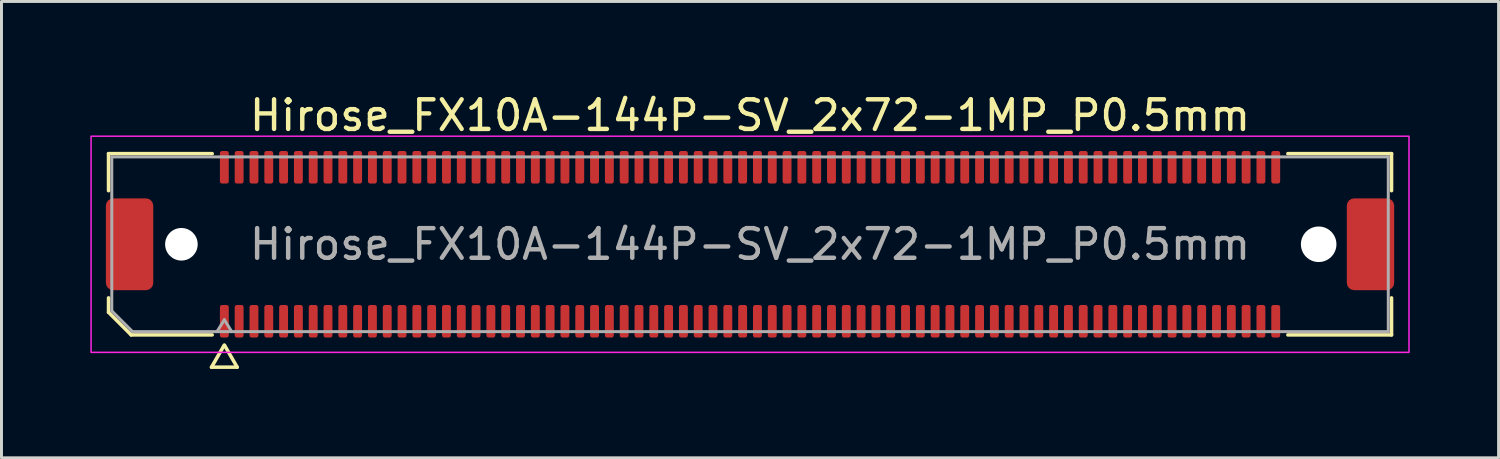
<source format=kicad_pcb>
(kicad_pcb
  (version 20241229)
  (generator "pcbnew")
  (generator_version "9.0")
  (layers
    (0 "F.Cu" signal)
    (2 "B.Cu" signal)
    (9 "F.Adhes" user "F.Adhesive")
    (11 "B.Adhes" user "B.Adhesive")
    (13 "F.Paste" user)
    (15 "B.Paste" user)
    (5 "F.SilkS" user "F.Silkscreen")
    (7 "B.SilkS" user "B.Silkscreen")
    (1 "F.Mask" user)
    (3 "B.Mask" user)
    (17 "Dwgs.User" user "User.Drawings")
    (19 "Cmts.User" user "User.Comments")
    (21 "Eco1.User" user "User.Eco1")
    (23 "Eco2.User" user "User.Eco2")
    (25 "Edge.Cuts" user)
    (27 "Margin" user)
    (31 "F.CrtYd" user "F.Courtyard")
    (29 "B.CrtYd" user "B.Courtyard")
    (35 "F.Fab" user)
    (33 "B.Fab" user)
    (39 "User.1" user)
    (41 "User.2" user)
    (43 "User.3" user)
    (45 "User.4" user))
  (footprint "Hirose_FX10A-144P-SV_2x72-1MP_P0.5mm"
    (layer "F.Cu")
    (at 22.275 5.198)
    (property "Reference" "Hirose_FX10A-144P-SV_2x72-1MP_P0.5mm" (at 0 -4.35 0) (layer "F.SilkS") (effects (font (size 1 1) (thickness 0.15))))
    (attr smd)
    (fp_line (start -21.66 -3.06) (end -18.16 -3.06) (stroke (width 0.12) (type solid)) (layer "F.SilkS"))
    (fp_line (start -21.66 -1.81) (end -21.66 -3.06) (stroke (width 0.12) (type solid)) (layer "F.SilkS"))
    (fp_line (start -21.66 2.296) (end -21.66 1.81) (stroke (width 0.12) (type solid)) (layer "F.SilkS"))
    (fp_line (start -20.896 3.06) (end -21.66 2.296) (stroke (width 0.12) (type solid)) (layer "F.SilkS"))
    (fp_line (start -18.183 4.15) (end -17.756 3.41) (stroke (width 0.12) (type solid)) (layer "F.SilkS"))
    (fp_line (start -18.16 3.06) (end -20.896 3.06) (stroke (width 0.12) (type solid)) (layer "F.SilkS"))
    (fp_line (start -17.744 3.41) (end -17.317 4.15) (stroke (width 0.12) (type solid)) (layer "F.SilkS"))
    (fp_line (start -17.317 4.15) (end -18.183 4.15) (stroke (width 0.12) (type solid)) (layer "F.SilkS"))
    (fp_line (start 18.16 -3.06) (end 21.66 -3.06) (stroke (width 0.12) (type solid)) (layer "F.SilkS"))
    (fp_line (start 21.66 -3.06) (end 21.66 -1.81) (stroke (width 0.12) (type solid)) (layer "F.SilkS"))
    (fp_line (start 21.66 1.81) (end 21.66 3.06) (stroke (width 0.12) (type solid)) (layer "F.SilkS"))
    (fp_line (start 21.66 3.06) (end 18.16 3.06) (stroke (width 0.12) (type solid)) (layer "F.SilkS"))
    (fp_rect (start -22.25 -3.65) (end 22.25 3.65) (stroke (width 0.05) (type solid)) (fill no) (layer "F.CrtYd"))
    (fp_line (start -21.55 -2.95) (end 21.55 -2.95) (stroke (width 0.1) (type solid)) (layer "F.Fab"))
    (fp_line (start -21.55 2.25) (end -21.55 -2.95) (stroke (width 0.1) (type solid)) (layer "F.Fab"))
    (fp_line (start -20.85 2.95) (end -21.55 2.25) (stroke (width 0.1) (type solid)) (layer "F.Fab"))
    (fp_line (start -18 2.95) (end -17.75 2.55) (stroke (width 0.1) (type solid)) (layer "F.Fab"))
    (fp_line (start -17.75 2.55) (end -17.5 2.95) (stroke (width 0.1) (type solid)) (layer "F.Fab"))
    (fp_line (start 21.55 -2.95) (end 21.55 2.95) (stroke (width 0.1) (type solid)) (layer "F.Fab"))
    (fp_line (start 21.55 2.95) (end -20.85 2.95) (stroke (width 0.1) (type solid)) (layer "F.Fab"))
    (fp_text user "${REFERENCE}" (at 0 0 0) (layer "F.Fab") (effects (font (size 1 1) (thickness 0.15))))
    (pad "" np_thru_hole circle (at -19.2 0) (size 1.1 1.1) (drill 1.1) (layers "*.Cu" "*.Mask"))
    (pad "" np_thru_hole circle (at 19.2 0) (size 1.2 1.2) (drill 1.2) (layers "*.Cu" "*.Mask"))
    (pad "1" smd roundrect (at -17.75 2.6) (size 0.3 1.1) (layers "F.Cu" "F.Mask" "F.Paste") (roundrect_rratio 0.25))
    (pad "2" smd roundrect (at -17.75 -2.6) (size 0.3 1.1) (layers "F.Cu" "F.Mask" "F.Paste") (roundrect_rratio 0.25))
    (pad "3" smd roundrect (at -17.25 2.6) (size 0.3 1.1) (layers "F.Cu" "F.Mask" "F.Paste") (roundrect_rratio 0.25))
    (pad "4" smd roundrect (at -17.25 -2.6) (size 0.3 1.1) (layers "F.Cu" "F.Mask" "F.Paste") (roundrect_rratio 0.25))
    (pad "5" smd roundrect (at -16.75 2.6) (size 0.3 1.1) (layers "F.Cu" "F.Mask" "F.Paste") (roundrect_rratio 0.25))
    (pad "6" smd roundrect (at -16.75 -2.6) (size 0.3 1.1) (layers "F.Cu" "F.Mask" "F.Paste") (roundrect_rratio 0.25))
    (pad "7" smd roundrect (at -16.25 2.6) (size 0.3 1.1) (layers "F.Cu" "F.Mask" "F.Paste") (roundrect_rratio 0.25))
    (pad "8" smd roundrect (at -16.25 -2.6) (size 0.3 1.1) (layers "F.Cu" "F.Mask" "F.Paste") (roundrect_rratio 0.25))
    (pad "9" smd roundrect (at -15.75 2.6) (size 0.3 1.1) (layers "F.Cu" "F.Mask" "F.Paste") (roundrect_rratio 0.25))
    (pad "10" smd roundrect (at -15.75 -2.6) (size 0.3 1.1) (layers "F.Cu" "F.Mask" "F.Paste") (roundrect_rratio 0.25))
    (pad "11" smd roundrect (at -15.25 2.6) (size 0.3 1.1) (layers "F.Cu" "F.Mask" "F.Paste") (roundrect_rratio 0.25))
    (pad "12" smd roundrect (at -15.25 -2.6) (size 0.3 1.1) (layers "F.Cu" "F.Mask" "F.Paste") (roundrect_rratio 0.25))
    (pad "13" smd roundrect (at -14.75 2.6) (size 0.3 1.1) (layers "F.Cu" "F.Mask" "F.Paste") (roundrect_rratio 0.25))
    (pad "14" smd roundrect (at -14.75 -2.6) (size 0.3 1.1) (layers "F.Cu" "F.Mask" "F.Paste") (roundrect_rratio 0.25))
    (pad "15" smd roundrect (at -14.25 2.6) (size 0.3 1.1) (layers "F.Cu" "F.Mask" "F.Paste") (roundrect_rratio 0.25))
    (pad "16" smd roundrect (at -14.25 -2.6) (size 0.3 1.1) (layers "F.Cu" "F.Mask" "F.Paste") (roundrect_rratio 0.25))
    (pad "17" smd roundrect (at -13.75 2.6) (size 0.3 1.1) (layers "F.Cu" "F.Mask" "F.Paste") (roundrect_rratio 0.25))
    (pad "18" smd roundrect (at -13.75 -2.6) (size 0.3 1.1) (layers "F.Cu" "F.Mask" "F.Paste") (roundrect_rratio 0.25))
    (pad "19" smd roundrect (at -13.25 2.6) (size 0.3 1.1) (layers "F.Cu" "F.Mask" "F.Paste") (roundrect_rratio 0.25))
    (pad "20" smd roundrect (at -13.25 -2.6) (size 0.3 1.1) (layers "F.Cu" "F.Mask" "F.Paste") (roundrect_rratio 0.25))
    (pad "21" smd roundrect (at -12.75 2.6) (size 0.3 1.1) (layers "F.Cu" "F.Mask" "F.Paste") (roundrect_rratio 0.25))
    (pad "22" smd roundrect (at -12.75 -2.6) (size 0.3 1.1) (layers "F.Cu" "F.Mask" "F.Paste") (roundrect_rratio 0.25))
    (pad "23" smd roundrect (at -12.25 2.6) (size 0.3 1.1) (layers "F.Cu" "F.Mask" "F.Paste") (roundrect_rratio 0.25))
    (pad "24" smd roundrect (at -12.25 -2.6) (size 0.3 1.1) (layers "F.Cu" "F.Mask" "F.Paste") (roundrect_rratio 0.25))
    (pad "25" smd roundrect (at -11.75 2.6) (size 0.3 1.1) (layers "F.Cu" "F.Mask" "F.Paste") (roundrect_rratio 0.25))
    (pad "26" smd roundrect (at -11.75 -2.6) (size 0.3 1.1) (layers "F.Cu" "F.Mask" "F.Paste") (roundrect_rratio 0.25))
    (pad "27" smd roundrect (at -11.25 2.6) (size 0.3 1.1) (layers "F.Cu" "F.Mask" "F.Paste") (roundrect_rratio 0.25))
    (pad "28" smd roundrect (at -11.25 -2.6) (size 0.3 1.1) (layers "F.Cu" "F.Mask" "F.Paste") (roundrect_rratio 0.25))
    (pad "29" smd roundrect (at -10.75 2.6) (size 0.3 1.1) (layers "F.Cu" "F.Mask" "F.Paste") (roundrect_rratio 0.25))
    (pad "30" smd roundrect (at -10.75 -2.6) (size 0.3 1.1) (layers "F.Cu" "F.Mask" "F.Paste") (roundrect_rratio 0.25))
    (pad "31" smd roundrect (at -10.25 2.6) (size 0.3 1.1) (layers "F.Cu" "F.Mask" "F.Paste") (roundrect_rratio 0.25))
    (pad "32" smd roundrect (at -10.25 -2.6) (size 0.3 1.1) (layers "F.Cu" "F.Mask" "F.Paste") (roundrect_rratio 0.25))
    (pad "33" smd roundrect (at -9.75 2.6) (size 0.3 1.1) (layers "F.Cu" "F.Mask" "F.Paste") (roundrect_rratio 0.25))
    (pad "34" smd roundrect (at -9.75 -2.6) (size 0.3 1.1) (layers "F.Cu" "F.Mask" "F.Paste") (roundrect_rratio 0.25))
    (pad "35" smd roundrect (at -9.25 2.6) (size 0.3 1.1) (layers "F.Cu" "F.Mask" "F.Paste") (roundrect_rratio 0.25))
    (pad "36" smd roundrect (at -9.25 -2.6) (size 0.3 1.1) (layers "F.Cu" "F.Mask" "F.Paste") (roundrect_rratio 0.25))
    (pad "37" smd roundrect (at -8.75 2.6) (size 0.3 1.1) (layers "F.Cu" "F.Mask" "F.Paste") (roundrect_rratio 0.25))
    (pad "38" smd roundrect (at -8.75 -2.6) (size 0.3 1.1) (layers "F.Cu" "F.Mask" "F.Paste") (roundrect_rratio 0.25))
    (pad "39" smd roundrect (at -8.25 2.6) (size 0.3 1.1) (layers "F.Cu" "F.Mask" "F.Paste") (roundrect_rratio 0.25))
    (pad "40" smd roundrect (at -8.25 -2.6) (size 0.3 1.1) (layers "F.Cu" "F.Mask" "F.Paste") (roundrect_rratio 0.25))
    (pad "41" smd roundrect (at -7.75 2.6) (size 0.3 1.1) (layers "F.Cu" "F.Mask" "F.Paste") (roundrect_rratio 0.25))
    (pad "42" smd roundrect (at -7.75 -2.6) (size 0.3 1.1) (layers "F.Cu" "F.Mask" "F.Paste") (roundrect_rratio 0.25))
    (pad "43" smd roundrect (at -7.25 2.6) (size 0.3 1.1) (layers "F.Cu" "F.Mask" "F.Paste") (roundrect_rratio 0.25))
    (pad "44" smd roundrect (at -7.25 -2.6) (size 0.3 1.1) (layers "F.Cu" "F.Mask" "F.Paste") (roundrect_rratio 0.25))
    (pad "45" smd roundrect (at -6.75 2.6) (size 0.3 1.1) (layers "F.Cu" "F.Mask" "F.Paste") (roundrect_rratio 0.25))
    (pad "46" smd roundrect (at -6.75 -2.6) (size 0.3 1.1) (layers "F.Cu" "F.Mask" "F.Paste") (roundrect_rratio 0.25))
    (pad "47" smd roundrect (at -6.25 2.6) (size 0.3 1.1) (layers "F.Cu" "F.Mask" "F.Paste") (roundrect_rratio 0.25))
    (pad "48" smd roundrect (at -6.25 -2.6) (size 0.3 1.1) (layers "F.Cu" "F.Mask" "F.Paste") (roundrect_rratio 0.25))
    (pad "49" smd roundrect (at -5.75 2.6) (size 0.3 1.1) (layers "F.Cu" "F.Mask" "F.Paste") (roundrect_rratio 0.25))
    (pad "50" smd roundrect (at -5.75 -2.6) (size 0.3 1.1) (layers "F.Cu" "F.Mask" "F.Paste") (roundrect_rratio 0.25))
    (pad "51" smd roundrect (at -5.25 2.6) (size 0.3 1.1) (layers "F.Cu" "F.Mask" "F.Paste") (roundrect_rratio 0.25))
    (pad "52" smd roundrect (at -5.25 -2.6) (size 0.3 1.1) (layers "F.Cu" "F.Mask" "F.Paste") (roundrect_rratio 0.25))
    (pad "53" smd roundrect (at -4.75 2.6) (size 0.3 1.1) (layers "F.Cu" "F.Mask" "F.Paste") (roundrect_rratio 0.25))
    (pad "54" smd roundrect (at -4.75 -2.6) (size 0.3 1.1) (layers "F.Cu" "F.Mask" "F.Paste") (roundrect_rratio 0.25))
    (pad "55" smd roundrect (at -4.25 2.6) (size 0.3 1.1) (layers "F.Cu" "F.Mask" "F.Paste") (roundrect_rratio 0.25))
    (pad "56" smd roundrect (at -4.25 -2.6) (size 0.3 1.1) (layers "F.Cu" "F.Mask" "F.Paste") (roundrect_rratio 0.25))
    (pad "57" smd roundrect (at -3.75 2.6) (size 0.3 1.1) (layers "F.Cu" "F.Mask" "F.Paste") (roundrect_rratio 0.25))
    (pad "58" smd roundrect (at -3.75 -2.6) (size 0.3 1.1) (layers "F.Cu" "F.Mask" "F.Paste") (roundrect_rratio 0.25))
    (pad "59" smd roundrect (at -3.25 2.6) (size 0.3 1.1) (layers "F.Cu" "F.Mask" "F.Paste") (roundrect_rratio 0.25))
    (pad "60" smd roundrect (at -3.25 -2.6) (size 0.3 1.1) (layers "F.Cu" "F.Mask" "F.Paste") (roundrect_rratio 0.25))
    (pad "61" smd roundrect (at -2.75 2.6) (size 0.3 1.1) (layers "F.Cu" "F.Mask" "F.Paste") (roundrect_rratio 0.25))
    (pad "62" smd roundrect (at -2.75 -2.6) (size 0.3 1.1) (layers "F.Cu" "F.Mask" "F.Paste") (roundrect_rratio 0.25))
    (pad "63" smd roundrect (at -2.25 2.6) (size 0.3 1.1) (layers "F.Cu" "F.Mask" "F.Paste") (roundrect_rratio 0.25))
    (pad "64" smd roundrect (at -2.25 -2.6) (size 0.3 1.1) (layers "F.Cu" "F.Mask" "F.Paste") (roundrect_rratio 0.25))
    (pad "65" smd roundrect (at -1.75 2.6) (size 0.3 1.1) (layers "F.Cu" "F.Mask" "F.Paste") (roundrect_rratio 0.25))
    (pad "66" smd roundrect (at -1.75 -2.6) (size 0.3 1.1) (layers "F.Cu" "F.Mask" "F.Paste") (roundrect_rratio 0.25))
    (pad "67" smd roundrect (at -1.25 2.6) (size 0.3 1.1) (layers "F.Cu" "F.Mask" "F.Paste") (roundrect_rratio 0.25))
    (pad "68" smd roundrect (at -1.25 -2.6) (size 0.3 1.1) (layers "F.Cu" "F.Mask" "F.Paste") (roundrect_rratio 0.25))
    (pad "69" smd roundrect (at -0.75 2.6) (size 0.3 1.1) (layers "F.Cu" "F.Mask" "F.Paste") (roundrect_rratio 0.25))
    (pad "70" smd roundrect (at -0.75 -2.6) (size 0.3 1.1) (layers "F.Cu" "F.Mask" "F.Paste") (roundrect_rratio 0.25))
    (pad "71" smd roundrect (at -0.25 2.6) (size 0.3 1.1) (layers "F.Cu" "F.Mask" "F.Paste") (roundrect_rratio 0.25))
    (pad "72" smd roundrect (at -0.25 -2.6) (size 0.3 1.1) (layers "F.Cu" "F.Mask" "F.Paste") (roundrect_rratio 0.25))
    (pad "73" smd roundrect (at 0.25 2.6) (size 0.3 1.1) (layers "F.Cu" "F.Mask" "F.Paste") (roundrect_rratio 0.25))
    (pad "74" smd roundrect (at 0.25 -2.6) (size 0.3 1.1) (layers "F.Cu" "F.Mask" "F.Paste") (roundrect_rratio 0.25))
    (pad "75" smd roundrect (at 0.75 2.6) (size 0.3 1.1) (layers "F.Cu" "F.Mask" "F.Paste") (roundrect_rratio 0.25))
    (pad "76" smd roundrect (at 0.75 -2.6) (size 0.3 1.1) (layers "F.Cu" "F.Mask" "F.Paste") (roundrect_rratio 0.25))
    (pad "77" smd roundrect (at 1.25 2.6) (size 0.3 1.1) (layers "F.Cu" "F.Mask" "F.Paste") (roundrect_rratio 0.25))
    (pad "78" smd roundrect (at 1.25 -2.6) (size 0.3 1.1) (layers "F.Cu" "F.Mask" "F.Paste") (roundrect_rratio 0.25))
    (pad "79" smd roundrect (at 1.75 2.6) (size 0.3 1.1) (layers "F.Cu" "F.Mask" "F.Paste") (roundrect_rratio 0.25))
    (pad "80" smd roundrect (at 1.75 -2.6) (size 0.3 1.1) (layers "F.Cu" "F.Mask" "F.Paste") (roundrect_rratio 0.25))
    (pad "81" smd roundrect (at 2.25 2.6) (size 0.3 1.1) (layers "F.Cu" "F.Mask" "F.Paste") (roundrect_rratio 0.25))
    (pad "82" smd roundrect (at 2.25 -2.6) (size 0.3 1.1) (layers "F.Cu" "F.Mask" "F.Paste") (roundrect_rratio 0.25))
    (pad "83" smd roundrect (at 2.75 2.6) (size 0.3 1.1) (layers "F.Cu" "F.Mask" "F.Paste") (roundrect_rratio 0.25))
    (pad "84" smd roundrect (at 2.75 -2.6) (size 0.3 1.1) (layers "F.Cu" "F.Mask" "F.Paste") (roundrect_rratio 0.25))
    (pad "85" smd roundrect (at 3.25 2.6) (size 0.3 1.1) (layers "F.Cu" "F.Mask" "F.Paste") (roundrect_rratio 0.25))
    (pad "86" smd roundrect (at 3.25 -2.6) (size 0.3 1.1) (layers "F.Cu" "F.Mask" "F.Paste") (roundrect_rratio 0.25))
    (pad "87" smd roundrect (at 3.75 2.6) (size 0.3 1.1) (layers "F.Cu" "F.Mask" "F.Paste") (roundrect_rratio 0.25))
    (pad "88" smd roundrect (at 3.75 -2.6) (size 0.3 1.1) (layers "F.Cu" "F.Mask" "F.Paste") (roundrect_rratio 0.25))
    (pad "89" smd roundrect (at 4.25 2.6) (size 0.3 1.1) (layers "F.Cu" "F.Mask" "F.Paste") (roundrect_rratio 0.25))
    (pad "90" smd roundrect (at 4.25 -2.6) (size 0.3 1.1) (layers "F.Cu" "F.Mask" "F.Paste") (roundrect_rratio 0.25))
    (pad "91" smd roundrect (at 4.75 2.6) (size 0.3 1.1) (layers "F.Cu" "F.Mask" "F.Paste") (roundrect_rratio 0.25))
    (pad "92" smd roundrect (at 4.75 -2.6) (size 0.3 1.1) (layers "F.Cu" "F.Mask" "F.Paste") (roundrect_rratio 0.25))
    (pad "93" smd roundrect (at 5.25 2.6) (size 0.3 1.1) (layers "F.Cu" "F.Mask" "F.Paste") (roundrect_rratio 0.25))
    (pad "94" smd roundrect (at 5.25 -2.6) (size 0.3 1.1) (layers "F.Cu" "F.Mask" "F.Paste") (roundrect_rratio 0.25))
    (pad "95" smd roundrect (at 5.75 2.6) (size 0.3 1.1) (layers "F.Cu" "F.Mask" "F.Paste") (roundrect_rratio 0.25))
    (pad "96" smd roundrect (at 5.75 -2.6) (size 0.3 1.1) (layers "F.Cu" "F.Mask" "F.Paste") (roundrect_rratio 0.25))
    (pad "97" smd roundrect (at 6.25 2.6) (size 0.3 1.1) (layers "F.Cu" "F.Mask" "F.Paste") (roundrect_rratio 0.25))
    (pad "98" smd roundrect (at 6.25 -2.6) (size 0.3 1.1) (layers "F.Cu" "F.Mask" "F.Paste") (roundrect_rratio 0.25))
    (pad "99" smd roundrect (at 6.75 2.6) (size 0.3 1.1) (layers "F.Cu" "F.Mask" "F.Paste") (roundrect_rratio 0.25))
    (pad "100" smd roundrect (at 6.75 -2.6) (size 0.3 1.1) (layers "F.Cu" "F.Mask" "F.Paste") (roundrect_rratio 0.25))
    (pad "101" smd roundrect (at 7.25 2.6) (size 0.3 1.1) (layers "F.Cu" "F.Mask" "F.Paste") (roundrect_rratio 0.25))
    (pad "102" smd roundrect (at 7.25 -2.6) (size 0.3 1.1) (layers "F.Cu" "F.Mask" "F.Paste") (roundrect_rratio 0.25))
    (pad "103" smd roundrect (at 7.75 2.6) (size 0.3 1.1) (layers "F.Cu" "F.Mask" "F.Paste") (roundrect_rratio 0.25))
    (pad "104" smd roundrect (at 7.75 -2.6) (size 0.3 1.1) (layers "F.Cu" "F.Mask" "F.Paste") (roundrect_rratio 0.25))
    (pad "105" smd roundrect (at 8.25 2.6) (size 0.3 1.1) (layers "F.Cu" "F.Mask" "F.Paste") (roundrect_rratio 0.25))
    (pad "106" smd roundrect (at 8.25 -2.6) (size 0.3 1.1) (layers "F.Cu" "F.Mask" "F.Paste") (roundrect_rratio 0.25))
    (pad "107" smd roundrect (at 8.75 2.6) (size 0.3 1.1) (layers "F.Cu" "F.Mask" "F.Paste") (roundrect_rratio 0.25))
    (pad "108" smd roundrect (at 8.75 -2.6) (size 0.3 1.1) (layers "F.Cu" "F.Mask" "F.Paste") (roundrect_rratio 0.25))
    (pad "109" smd roundrect (at 9.25 2.6) (size 0.3 1.1) (layers "F.Cu" "F.Mask" "F.Paste") (roundrect_rratio 0.25))
    (pad "110" smd roundrect (at 9.25 -2.6) (size 0.3 1.1) (layers "F.Cu" "F.Mask" "F.Paste") (roundrect_rratio 0.25))
    (pad "111" smd roundrect (at 9.75 2.6) (size 0.3 1.1) (layers "F.Cu" "F.Mask" "F.Paste") (roundrect_rratio 0.25))
    (pad "112" smd roundrect (at 9.75 -2.6) (size 0.3 1.1) (layers "F.Cu" "F.Mask" "F.Paste") (roundrect_rratio 0.25))
    (pad "113" smd roundrect (at 10.25 2.6) (size 0.3 1.1) (layers "F.Cu" "F.Mask" "F.Paste") (roundrect_rratio 0.25))
    (pad "114" smd roundrect (at 10.25 -2.6) (size 0.3 1.1) (layers "F.Cu" "F.Mask" "F.Paste") (roundrect_rratio 0.25))
    (pad "115" smd roundrect (at 10.75 2.6) (size 0.3 1.1) (layers "F.Cu" "F.Mask" "F.Paste") (roundrect_rratio 0.25))
    (pad "116" smd roundrect (at 10.75 -2.6) (size 0.3 1.1) (layers "F.Cu" "F.Mask" "F.Paste") (roundrect_rratio 0.25))
    (pad "117" smd roundrect (at 11.25 2.6) (size 0.3 1.1) (layers "F.Cu" "F.Mask" "F.Paste") (roundrect_rratio 0.25))
    (pad "118" smd roundrect (at 11.25 -2.6) (size 0.3 1.1) (layers "F.Cu" "F.Mask" "F.Paste") (roundrect_rratio 0.25))
    (pad "119" smd roundrect (at 11.75 2.6) (size 0.3 1.1) (layers "F.Cu" "F.Mask" "F.Paste") (roundrect_rratio 0.25))
    (pad "120" smd roundrect (at 11.75 -2.6) (size 0.3 1.1) (layers "F.Cu" "F.Mask" "F.Paste") (roundrect_rratio 0.25))
    (pad "121" smd roundrect (at 12.25 2.6) (size 0.3 1.1) (layers "F.Cu" "F.Mask" "F.Paste") (roundrect_rratio 0.25))
    (pad "122" smd roundrect (at 12.25 -2.6) (size 0.3 1.1) (layers "F.Cu" "F.Mask" "F.Paste") (roundrect_rratio 0.25))
    (pad "123" smd roundrect (at 12.75 2.6) (size 0.3 1.1) (layers "F.Cu" "F.Mask" "F.Paste") (roundrect_rratio 0.25))
    (pad "124" smd roundrect (at 12.75 -2.6) (size 0.3 1.1) (layers "F.Cu" "F.Mask" "F.Paste") (roundrect_rratio 0.25))
    (pad "125" smd roundrect (at 13.25 2.6) (size 0.3 1.1) (layers "F.Cu" "F.Mask" "F.Paste") (roundrect_rratio 0.25))
    (pad "126" smd roundrect (at 13.25 -2.6) (size 0.3 1.1) (layers "F.Cu" "F.Mask" "F.Paste") (roundrect_rratio 0.25))
    (pad "127" smd roundrect (at 13.75 2.6) (size 0.3 1.1) (layers "F.Cu" "F.Mask" "F.Paste") (roundrect_rratio 0.25))
    (pad "128" smd roundrect (at 13.75 -2.6) (size 0.3 1.1) (layers "F.Cu" "F.Mask" "F.Paste") (roundrect_rratio 0.25))
    (pad "129" smd roundrect (at 14.25 2.6) (size 0.3 1.1) (layers "F.Cu" "F.Mask" "F.Paste") (roundrect_rratio 0.25))
    (pad "130" smd roundrect (at 14.25 -2.6) (size 0.3 1.1) (layers "F.Cu" "F.Mask" "F.Paste") (roundrect_rratio 0.25))
    (pad "131" smd roundrect (at 14.75 2.6) (size 0.3 1.1) (layers "F.Cu" "F.Mask" "F.Paste") (roundrect_rratio 0.25))
    (pad "132" smd roundrect (at 14.75 -2.6) (size 0.3 1.1) (layers "F.Cu" "F.Mask" "F.Paste") (roundrect_rratio 0.25))
    (pad "133" smd roundrect (at 15.25 2.6) (size 0.3 1.1) (layers "F.Cu" "F.Mask" "F.Paste") (roundrect_rratio 0.25))
    (pad "134" smd roundrect (at 15.25 -2.6) (size 0.3 1.1) (layers "F.Cu" "F.Mask" "F.Paste") (roundrect_rratio 0.25))
    (pad "135" smd roundrect (at 15.75 2.6) (size 0.3 1.1) (layers "F.Cu" "F.Mask" "F.Paste") (roundrect_rratio 0.25))
    (pad "136" smd roundrect (at 15.75 -2.6) (size 0.3 1.1) (layers "F.Cu" "F.Mask" "F.Paste") (roundrect_rratio 0.25))
    (pad "137" smd roundrect (at 16.25 2.6) (size 0.3 1.1) (layers "F.Cu" "F.Mask" "F.Paste") (roundrect_rratio 0.25))
    (pad "138" smd roundrect (at 16.25 -2.6) (size 0.3 1.1) (layers "F.Cu" "F.Mask" "F.Paste") (roundrect_rratio 0.25))
    (pad "139" smd roundrect (at 16.75 2.6) (size 0.3 1.1) (layers "F.Cu" "F.Mask" "F.Paste") (roundrect_rratio 0.25))
    (pad "140" smd roundrect (at 16.75 -2.6) (size 0.3 1.1) (layers "F.Cu" "F.Mask" "F.Paste") (roundrect_rratio 0.25))
    (pad "141" smd roundrect (at 17.25 2.6) (size 0.3 1.1) (layers "F.Cu" "F.Mask" "F.Paste") (roundrect_rratio 0.25))
    (pad "142" smd roundrect (at 17.25 -2.6) (size 0.3 1.1) (layers "F.Cu" "F.Mask" "F.Paste") (roundrect_rratio 0.25))
    (pad "143" smd roundrect (at 17.75 2.6) (size 0.3 1.1) (layers "F.Cu" "F.Mask" "F.Paste") (roundrect_rratio 0.25))
    (pad "144" smd roundrect (at 17.75 -2.6) (size 0.3 1.1) (layers "F.Cu" "F.Mask" "F.Paste") (roundrect_rratio 0.25))
    (pad "MP" smd roundrect (at -20.95 0) (size 1.6 3.1) (layers "F.Cu" "F.Mask" "F.Paste") (roundrect_rratio 0.156))
    (pad "MP" smd roundrect (at 20.95 0) (size 1.6 3.1) (layers "F.Cu" "F.Mask" "F.Paste") (roundrect_rratio 0.156))
    (zone (net_name "") (layer "F.Cu") (name "keepout") (hatch edge 0.5) (connect_pads) (min_thickness 0.25) (filled_areas_thickness no) (keepout (tracks not_allowed) (vias not_allowed) (pads allowed) (copperpour not_allowed) (footprints allowed)) (placement (enabled no)) (fill) (polygon (pts (xy 4.375 3.148) (xy 40.175 3.148) (xy 40.175 4.198) (xy 4.375 4.198))))
    (zone (net_name "") (layer "F.Cu") (name "keepout") (hatch edge 0.5) (connect_pads) (min_thickness 0.25) (filled_areas_thickness no) (keepout (tracks not_allowed) (vias not_allowed) (pads allowed) (copperpour not_allowed) (footprints allowed)) (placement (enabled no)) (fill) (polygon (pts (xy 4.375 6.198) (xy 40.175 6.198) (xy 40.175 7.248) (xy 4.375 7.248)))))
  (gr_rect
    (start -3 -3)
    (end 47.55 12.408)
    (stroke (width 0.1) (type default))
    (fill no)
    (layer "Edge.Cuts")))
</source>
